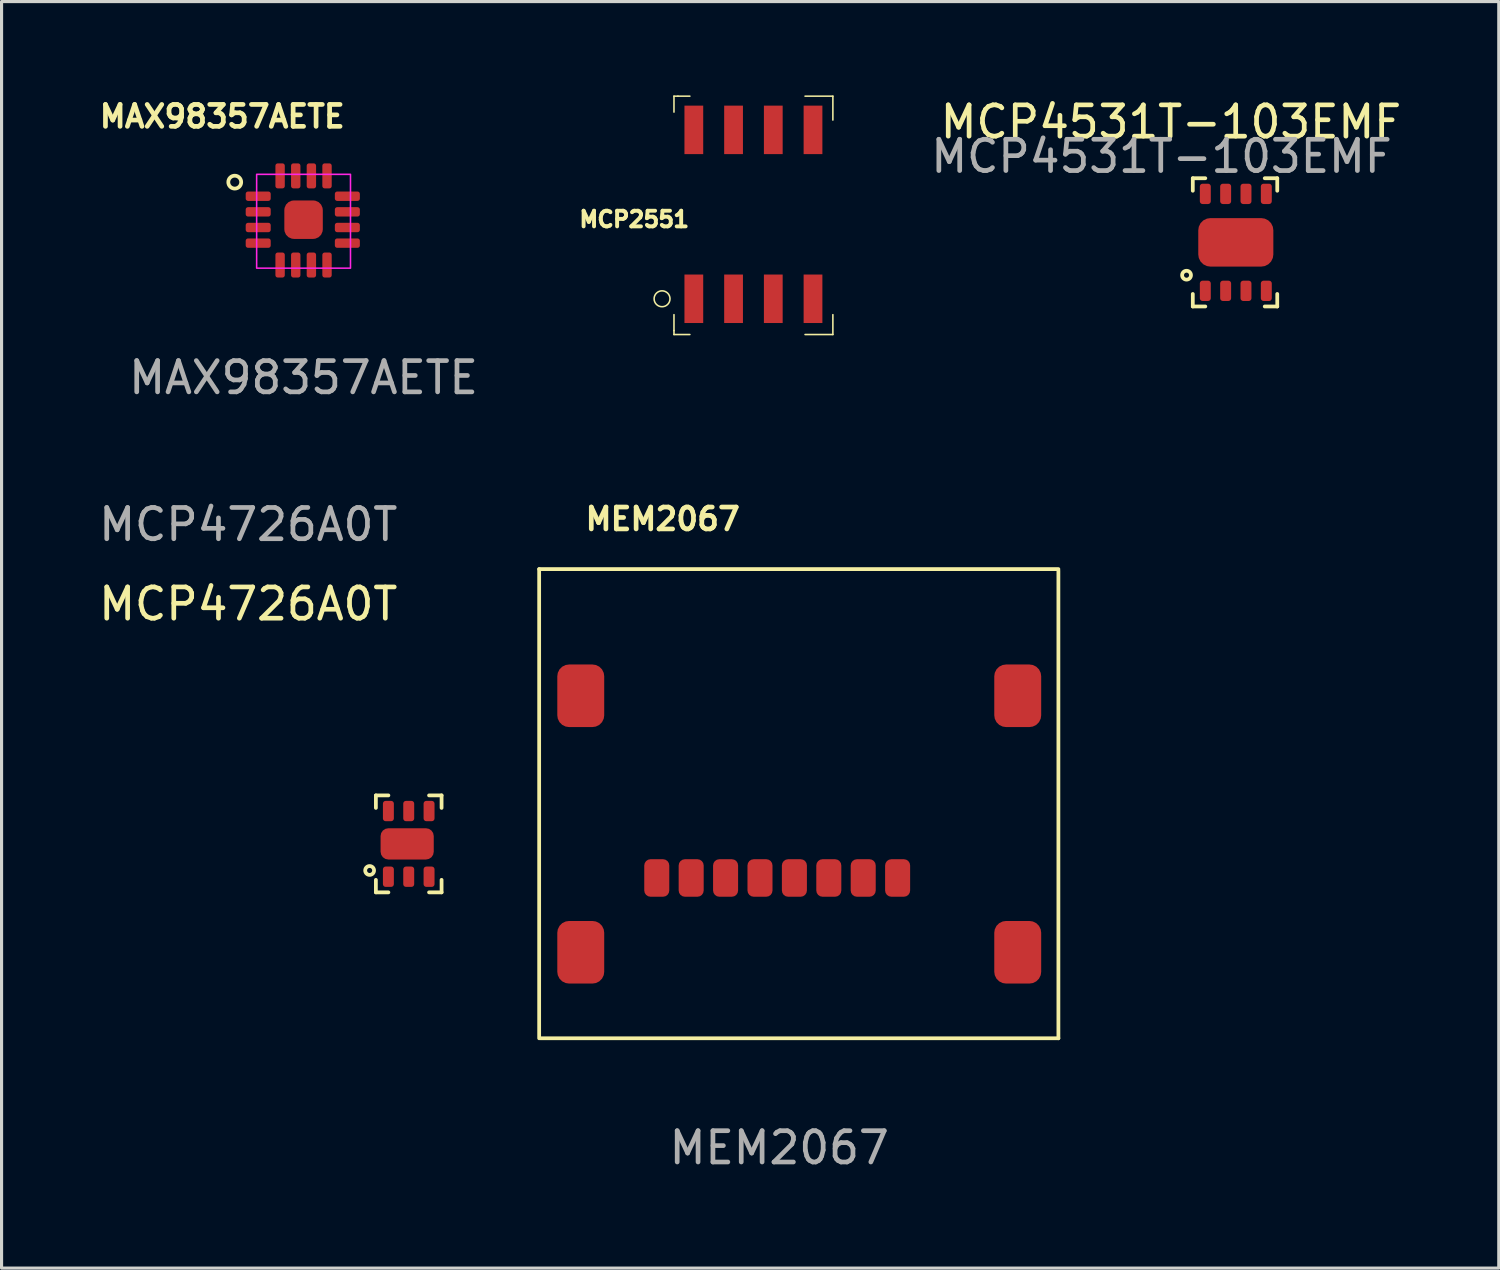
<source format=kicad_pcb>
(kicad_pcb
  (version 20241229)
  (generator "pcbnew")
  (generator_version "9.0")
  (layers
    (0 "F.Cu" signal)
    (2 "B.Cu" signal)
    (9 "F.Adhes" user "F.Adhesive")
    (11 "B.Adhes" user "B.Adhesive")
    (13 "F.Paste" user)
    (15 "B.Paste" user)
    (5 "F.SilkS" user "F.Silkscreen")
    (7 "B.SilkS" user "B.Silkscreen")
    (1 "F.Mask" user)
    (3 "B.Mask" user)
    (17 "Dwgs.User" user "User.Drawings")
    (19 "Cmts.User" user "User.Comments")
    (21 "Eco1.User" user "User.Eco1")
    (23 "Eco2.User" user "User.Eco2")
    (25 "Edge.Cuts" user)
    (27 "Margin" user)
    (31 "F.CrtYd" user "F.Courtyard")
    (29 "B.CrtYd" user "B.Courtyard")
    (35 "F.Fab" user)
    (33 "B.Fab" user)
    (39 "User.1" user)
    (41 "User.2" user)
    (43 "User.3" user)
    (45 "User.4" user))
  (footprint "MCP4726A0T"
    (layer "F.Cu")
    (at 9.967 23.879)
    (property "Reference" "MCP4726A0T" (at -5.08 -7.62 0) (unlocked yes) (layer "F.SilkS") (effects (font (size 1 1) (thickness 0.15))))
    (attr smd)
    (fp_line (start -1 -1.5) (end -1 -1.1) (stroke (width 0.12) (type solid)) (layer "F.SilkS"))
    (fp_line (start -1 -1.5) (end -0.6 -1.5) (stroke (width 0.12) (type solid)) (layer "F.SilkS"))
    (fp_line (start -1 1.6) (end -1 1.2) (stroke (width 0.12) (type solid)) (layer "F.SilkS"))
    (fp_line (start -1 1.6) (end -0.6 1.6) (stroke (width 0.12) (type solid)) (layer "F.SilkS"))
    (fp_line (start 1.1 -1.5) (end 0.7 -1.5) (stroke (width 0.12) (type solid)) (layer "F.SilkS"))
    (fp_line (start 1.1 -1.5) (end 1.1 -1.1) (stroke (width 0.12) (type solid)) (layer "F.SilkS"))
    (fp_line (start 1.1 1.6) (end 0.7 1.6) (stroke (width 0.12) (type solid)) (layer "F.SilkS"))
    (fp_line (start 1.1 1.6) (end 1.1 1.2) (stroke (width 0.12) (type solid)) (layer "F.SilkS"))
    (fp_circle (center -1.2 0.9) (end -1.1 0.8) (stroke (width 0.12) (type solid)) (fill no) (layer "F.SilkS"))
    (fp_text user "${REFERENCE}" (at -5.08 -10.16 0) (unlocked yes) (layer "F.Fab") (effects (font (size 1 1) (thickness 0.15))))
    (pad "1" smd roundrect (at -0.6 1.1 90) (size 0.65 0.35) (layers "F.Cu" "F.Mask" "F.Paste") (roundrect_rratio 0.25))
    (pad "2" smd roundrect (at 0.05 1.1 90) (size 0.65 0.35) (layers "F.Cu" "F.Mask" "F.Paste") (roundrect_rratio 0.25))
    (pad "3" smd roundrect (at 0.7 1.1 90) (size 0.65 0.35) (layers "F.Cu" "F.Mask" "F.Paste") (roundrect_rratio 0.25))
    (pad "4" smd roundrect (at 0.7 -1 90) (size 0.65 0.35) (layers "F.Cu" "F.Mask" "F.Paste") (roundrect_rratio 0.25))
    (pad "5" smd roundrect (at 0.05 -1 90) (size 0.65 0.35) (layers "F.Cu" "F.Mask" "F.Paste") (roundrect_rratio 0.25))
    (pad "6" smd roundrect (at -0.6 -1 90) (size 0.65 0.35) (layers "F.Cu" "F.Mask" "F.Paste") (roundrect_rratio 0.25))
    (pad "7" smd roundrect (at 0 0.05 90) (size 1 1.7) (layers "F.Cu" "F.Mask" "F.Paste") (roundrect_rratio 0.25)))
  (footprint "MCP2551"
    (layer "F.Cu")
    (at 21.037 3.962)
    (property "Reference" "MCP2551" (at -3.81 0 0) (layer "F.SilkS") (effects (font (size 0.5 0.5) (thickness 0.125))))
    (attr through_hole)
    (fp_line (start -2.54 -3.937) (end -2.54 -3.429) (stroke (width 0.05) (type solid)) (layer "F.SilkS"))
    (fp_line (start -2.54 3.048) (end -2.54 3.556) (stroke (width 0.05) (type solid)) (layer "F.SilkS"))
    (fp_line (start -2.54 3.556) (end -2.54 3.683) (stroke (width 0.05) (type solid)) (layer "F.SilkS"))
    (fp_line (start -2.54 3.683) (end -2.032 3.683) (stroke (width 0.05) (type solid)) (layer "F.SilkS"))
    (fp_line (start -2.413 -3.937) (end -2.54 -3.937) (stroke (width 0.05) (type solid)) (layer "F.SilkS"))
    (fp_line (start -2.032 -3.937) (end -2.413 -3.937) (stroke (width 0.05) (type solid)) (layer "F.SilkS"))
    (fp_line (start 1.651 -3.937) (end 2.54 -3.937) (stroke (width 0.05) (type solid)) (layer "F.SilkS"))
    (fp_line (start 1.651 3.683) (end 2.54 3.683) (stroke (width 0.05) (type solid)) (layer "F.SilkS"))
    (fp_line (start 2.54 -3.937) (end 2.54 -3.175) (stroke (width 0.05) (type solid)) (layer "F.SilkS"))
    (fp_line (start 2.54 3.683) (end 2.54 3.048) (stroke (width 0.05) (type solid)) (layer "F.SilkS"))
    (fp_circle (center -2.921 2.54) (end -2.667 2.54) (stroke (width 0.05) (type solid)) (fill no) (layer "F.SilkS"))
    (pad "1" smd rect (at -1.905 2.54) (size 0.6 1.55) (layers "F.Cu" "F.Mask" "F.Paste"))
    (pad "2" smd rect (at -0.635 2.54) (size 0.6 1.55) (layers "F.Cu" "F.Mask" "F.Paste"))
    (pad "3" smd rect (at 0.635 2.54) (size 0.6 1.55) (layers "F.Cu" "F.Mask" "F.Paste"))
    (pad "4" smd rect (at 1.905 2.54) (size 0.6 1.55) (layers "F.Cu" "F.Mask" "F.Paste"))
    (pad "5" smd rect (at 1.905 -2.86) (size 0.6 1.55) (layers "F.Cu" "F.Mask" "F.Paste"))
    (pad "6" smd rect (at 0.635 -2.86) (size 0.6 1.55) (layers "F.Cu" "F.Mask" "F.Paste"))
    (pad "7" smd rect (at -0.635 -2.86) (size 0.6 1.55) (layers "F.Cu" "F.Mask" "F.Paste"))
    (pad "8" smd rect (at -1.905 -2.86) (size 0.6 1.55) (layers "F.Cu" "F.Mask" "F.Paste")))
  (footprint "MAX98357AETE"
    (layer "F.Cu")
    (at 6.655 3.973)
    (property "Reference" "MAX98357AETE" (at -2.6 -3.3 0) (unlocked yes) (layer "F.SilkS") (effects (font (size 0.7 0.7) (thickness 0.15))))
    (attr smd)
    (fp_circle (center -2.2 -1.2) (end -2.15 -1) (stroke (width 0.12) (type solid)) (fill no) (layer "F.SilkS"))
    (fp_rect (start -1.5 -1.45) (end 1.5 1.55) (stroke (width 0.05) (type solid)) (fill no) (layer "F.CrtYd"))
    (fp_text user "${REFERENCE}" (at 0 5.05 0) (unlocked yes) (layer "F.Fab") (effects (font (size 1 1) (thickness 0.15))))
    (pad "1" smd roundrect (at -1.45 -0.75) (size 0.8 0.3) (layers "F.Cu" "F.Mask" "F.Paste") (roundrect_rratio 0.25))
    (pad "2" smd roundrect (at -1.45 -0.25) (size 0.8 0.3) (layers "F.Cu" "F.Mask" "F.Paste") (roundrect_rratio 0.25))
    (pad "3" smd roundrect (at -1.45 0.25) (size 0.8 0.3) (layers "F.Cu" "F.Mask" "F.Paste") (roundrect_rratio 0.25))
    (pad "4" smd roundrect (at -1.45 0.75) (size 0.8 0.3) (layers "F.Cu" "F.Mask" "F.Paste") (roundrect_rratio 0.25))
    (pad "5" smd roundrect (at -0.75 1.45 90) (size 0.8 0.3) (layers "F.Cu" "F.Mask" "F.Paste") (roundrect_rratio 0.25))
    (pad "6" smd roundrect (at -0.25 1.45 90) (size 0.8 0.3) (layers "F.Cu" "F.Mask" "F.Paste") (roundrect_rratio 0.25))
    (pad "7" smd roundrect (at 0.25 1.45 90) (size 0.8 0.3) (layers "F.Cu" "F.Mask" "F.Paste") (roundrect_rratio 0.25))
    (pad "8" smd roundrect (at 0.75 1.45 90) (size 0.8 0.3) (layers "F.Cu" "F.Mask" "F.Paste") (roundrect_rratio 0.25))
    (pad "9" smd roundrect (at 1.4 0.75) (size 0.8 0.3) (layers "F.Cu" "F.Mask" "F.Paste") (roundrect_rratio 0.25))
    (pad "10" smd roundrect (at 1.4 0.25) (size 0.8 0.3) (layers "F.Cu" "F.Mask" "F.Paste") (roundrect_rratio 0.25))
    (pad "11" smd roundrect (at 1.4 -0.25) (size 0.8 0.3) (layers "F.Cu" "F.Mask" "F.Paste") (roundrect_rratio 0.25))
    (pad "12" smd roundrect (at 1.4 -0.75) (size 0.8 0.3) (layers "F.Cu" "F.Mask" "F.Paste") (roundrect_rratio 0.25))
    (pad "13" smd roundrect (at 0.75 -1.4 90) (size 0.8 0.3) (layers "F.Cu" "F.Mask" "F.Paste") (roundrect_rratio 0.25))
    (pad "14" smd roundrect (at 0.25 -1.4 90) (size 0.8 0.3) (layers "F.Cu" "F.Mask" "F.Paste") (roundrect_rratio 0.25))
    (pad "15" smd roundrect (at -0.25 -1.4 90) (size 0.8 0.3) (layers "F.Cu" "F.Mask" "F.Paste") (roundrect_rratio 0.25))
    (pad "16" smd roundrect (at -0.75 -1.4 90) (size 0.8 0.3) (layers "F.Cu" "F.Mask" "F.Paste") (roundrect_rratio 0.25))
    (pad "17" smd roundrect (at 0 0) (size 1.23 1.23) (layers "F.Cu" "F.Mask" "F.Paste") (roundrect_rratio 0.25)))
  (footprint "MCP4531T-103EMF"
    (layer "F.Cu")
    (at 36.459 4.698)
    (property "Reference" "MCP4531T-103EMF" (at -2.075 -3.85 0) (unlocked yes) (layer "F.SilkS") (effects (font (size 1 1) (thickness 0.15))))
    (attr smd)
    (fp_line (start -1.375 -2.05) (end -0.975 -2.05) (stroke (width 0.12) (type solid)) (layer "F.SilkS"))
    (fp_line (start -1.375 -1.65) (end -1.375 -2.05) (stroke (width 0.12) (type solid)) (layer "F.SilkS"))
    (fp_line (start -1.375 2.05) (end -1.375 1.65) (stroke (width 0.12) (type solid)) (layer "F.SilkS"))
    (fp_line (start -0.975 2.05) (end -1.375 2.05) (stroke (width 0.12) (type solid)) (layer "F.SilkS"))
    (fp_line (start 0.925 -2.05) (end 1.325 -2.05) (stroke (width 0.12) (type solid)) (layer "F.SilkS"))
    (fp_line (start 1.325 -2.05) (end 1.325 -1.65) (stroke (width 0.12) (type solid)) (layer "F.SilkS"))
    (fp_line (start 1.325 1.65) (end 1.325 2.05) (stroke (width 0.12) (type solid)) (layer "F.SilkS"))
    (fp_line (start 1.325 2.05) (end 0.925 2.05) (stroke (width 0.12) (type solid)) (layer "F.SilkS"))
    (fp_circle (center -1.575 1.05) (end -1.475 0.95) (stroke (width 0.12) (type solid)) (fill no) (layer "F.SilkS"))
    (fp_text user "${REFERENCE}" (at -2.375 -2.75 0) (unlocked yes) (layer "F.Fab") (effects (font (size 1 1) (thickness 0.15))))
    (pad "1" smd roundrect (at -0.975 1.55 90) (size 0.65 0.35) (layers "F.Cu" "F.Mask" "F.Paste") (roundrect_rratio 0.25))
    (pad "2" smd roundrect (at -0.325 1.55 90) (size 0.65 0.35) (layers "F.Cu" "F.Mask" "F.Paste") (roundrect_rratio 0.25))
    (pad "3" smd roundrect (at 0.325 1.55 90) (size 0.65 0.35) (layers "F.Cu" "F.Mask" "F.Paste") (roundrect_rratio 0.25))
    (pad "4" smd roundrect (at 0.975 1.55 90) (size 0.65 0.35) (layers "F.Cu" "F.Mask" "F.Paste") (roundrect_rratio 0.25))
    (pad "5" smd roundrect (at 0.975 -1.55 90) (size 0.65 0.35) (layers "F.Cu" "F.Mask" "F.Paste") (roundrect_rratio 0.25))
    (pad "6" smd roundrect (at 0.325 -1.55 90) (size 0.65 0.35) (layers "F.Cu" "F.Mask" "F.Paste") (roundrect_rratio 0.25))
    (pad "7" smd roundrect (at -0.325 -1.55 90) (size 0.65 0.35) (layers "F.Cu" "F.Mask" "F.Paste") (roundrect_rratio 0.25))
    (pad "8" smd roundrect (at -0.975 -1.55 90) (size 0.65 0.35) (layers "F.Cu" "F.Mask" "F.Paste") (roundrect_rratio 0.25))
    (pad "9" smd roundrect (at 0 0 90) (size 1.55 2.4) (layers "F.Cu" "F.Mask" "F.Paste") (roundrect_rratio 0.25)))
  (footprint "MEM2067"
    (layer "F.Cu")
    (at 21.837 21.844)
    (property "Reference" "MEM2067" (at -3.7 -8.3 0) (unlocked yes) (layer "F.SilkS") (effects (font (size 0.7 0.7) (thickness 0.15))))
    (attr smd)
    (fp_line (start -7.65 -6.7) (end -7.65 8.3) (stroke (width 0.12) (type solid)) (layer "F.SilkS"))
    (fp_line (start -7.605 8.3) (end 8.95 8.3) (stroke (width 0.12) (type solid)) (layer "F.SilkS"))
    (fp_line (start 8.95 -6.7) (end -7.65 -6.7) (stroke (width 0.12) (type solid)) (layer "F.SilkS"))
    (fp_line (start 8.95 8.3) (end 8.95 -6.655) (stroke (width 0.12) (type solid)) (layer "F.SilkS"))
    (fp_text user "${REFERENCE}" (at 0.025 11.8 0) (unlocked yes) (layer "F.Fab") (effects (font (size 1 1) (thickness 0.15))))
    (pad "" smd roundrect (at -6.32 -2.65) (size 1.5 2) (layers "F.Cu" "F.Mask" "F.Paste") (roundrect_rratio 0.25))
    (pad "" smd roundrect (at -6.32 5.55) (size 1.5 2) (layers "F.Cu" "F.Mask" "F.Paste") (roundrect_rratio 0.25))
    (pad "" smd roundrect (at 7.65 -2.65) (size 1.5 2) (layers "F.Cu" "F.Mask" "F.Paste") (roundrect_rratio 0.25))
    (pad "" smd roundrect (at 7.65 5.55) (size 1.5 2) (layers "F.Cu" "F.Mask" "F.Paste") (roundrect_rratio 0.25))
    (pad "1" smd roundrect (at 3.81 3.175) (size 0.8 1.2) (layers "F.Cu" "F.Mask" "F.Paste") (roundrect_rratio 0.25))
    (pad "2" smd roundrect (at 2.71 3.175) (size 0.8 1.2) (layers "F.Cu" "F.Mask" "F.Paste") (roundrect_rratio 0.25))
    (pad "3" smd roundrect (at 1.61 3.175) (size 0.8 1.2) (layers "F.Cu" "F.Mask" "F.Paste") (roundrect_rratio 0.25))
    (pad "4" smd roundrect (at 0.51 3.175) (size 0.8 1.2) (layers "F.Cu" "F.Mask" "F.Paste") (roundrect_rratio 0.25))
    (pad "5" smd roundrect (at -0.59 3.175) (size 0.8 1.2) (layers "F.Cu" "F.Mask" "F.Paste") (roundrect_rratio 0.25))
    (pad "6" smd roundrect (at -1.69 3.175) (size 0.8 1.2) (layers "F.Cu" "F.Mask" "F.Paste") (roundrect_rratio 0.25))
    (pad "7" smd roundrect (at -2.79 3.175) (size 0.8 1.2) (layers "F.Cu" "F.Mask" "F.Paste") (roundrect_rratio 0.25))
    (pad "8" smd roundrect (at -3.89 3.175) (size 0.8 1.2) (layers "F.Cu" "F.Mask" "F.Paste") (roundrect_rratio 0.25))
    (zone (net_name "") (layers "F.Cu" "B.Cu") (hatch edge 0.508) (connect_pads) (min_thickness 0.254) (filled_areas_thickness no) (keepout (tracks not_allowed) (vias not_allowed) (pads not_allowed) (copperpour allowed) (footprints allowed)) (placement (enabled no)) (fill) (polygon (pts (xy 26.282 19.939) (xy 17.392 19.939) (xy 17.392 16.764) (xy 26.282 16.764)))))
  (gr_rect
    (start -3 -3)
    (end 44.866 37.492)
    (stroke (width 0.1) (type default))
    (fill no)
    (layer "Edge.Cuts")))
</source>
